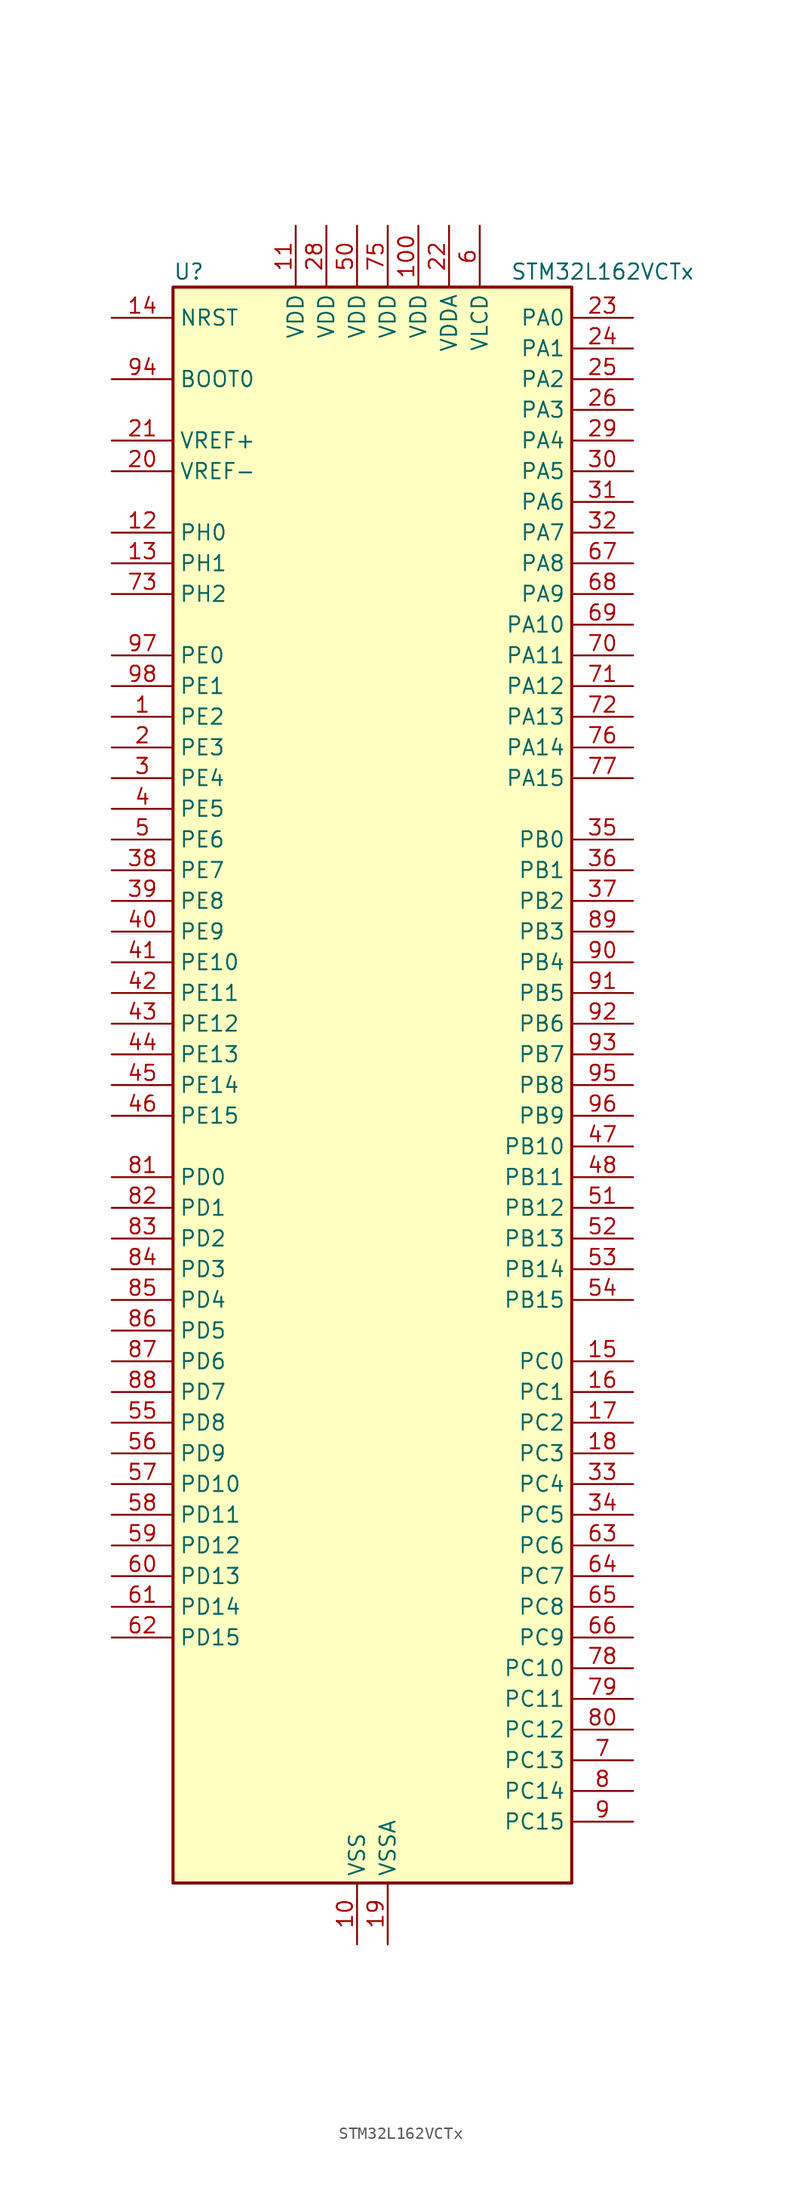
<source format=kicad_sym>
(kicad_symbol_lib
  (version 20220914)
  (generator kicad_symbol_editor)
  (symbol "STM32L162VCTx"
    (property "Reference" "U"
      (at -15.24 67.31 0)
      (effects (font (size 1.27 1.27)) (justify left)))
    (property "Value" "STM32L162VCTx"
      (at 12.7 67.31 0)
      (effects (font (size 1.27 1.27)) (justify left)))
    (property "ki_locked" ""
      (at 0 0 0)
      (effects (font (size 1.27 1.27))))
    (symbol "STM32L162VCTx_0_1"
      (rectangle (start -15.24 -66.04) (end 17.78 66.04) (stroke (width 0.254) (type default)) (fill (type background))))
    (symbol "STM32L162VCTx_1_1"
      (pin bidirectional line (at -20.32 30.48 0) (length 5.08) (name "PE2" (effects (font (size 1.27 1.27)))) (number "1" (effects (font (size 1.27 1.27)))) (alternate "LCD_SEG38" bidirectional line) (alternate "SYS_TRACECK" bidirectional line) (alternate "TIM3_ETR" bidirectional line) (alternate "TIMX_IC3" bidirectional line))
      (pin power_in line (at 0 -71.12 90) (length 5.08) (name "VSS" (effects (font (size 1.27 1.27)))) (number "10" (effects (font (size 1.27 1.27)))))
      (pin power_in line (at 5.08 71.12 270) (length 5.08) (name "VDD" (effects (font (size 1.27 1.27)))) (number "100" (effects (font (size 1.27 1.27)))))
      (pin power_in line (at -5.08 71.12 270) (length 5.08) (name "VDD" (effects (font (size 1.27 1.27)))) (number "11" (effects (font (size 1.27 1.27)))))
      (pin bidirectional line (at -20.32 45.72 0) (length 5.08) (name "PH0" (effects (font (size 1.27 1.27)))) (number "12" (effects (font (size 1.27 1.27)))) (alternate "RCC_OSC_IN" bidirectional line))
      (pin bidirectional line (at -20.32 43.18 0) (length 5.08) (name "PH1" (effects (font (size 1.27 1.27)))) (number "13" (effects (font (size 1.27 1.27)))) (alternate "RCC_OSC_OUT" bidirectional line))
      (pin input line (at -20.32 63.5 0) (length 5.08) (name "NRST" (effects (font (size 1.27 1.27)))) (number "14" (effects (font (size 1.27 1.27)))))
      (pin bidirectional line (at 22.86 -22.86 180) (length 5.08) (name "PC0" (effects (font (size 1.27 1.27)))) (number "15" (effects (font (size 1.27 1.27)))) (alternate "ADC_IN10" bidirectional line) (alternate "COMP1_INP" bidirectional line) (alternate "LCD_SEG18" bidirectional line) (alternate "TIMX_IC1" bidirectional line) (alternate "TS_G8_IO1" bidirectional line))
      (pin bidirectional line (at 22.86 -25.4 180) (length 5.08) (name "PC1" (effects (font (size 1.27 1.27)))) (number "16" (effects (font (size 1.27 1.27)))) (alternate "ADC_IN11" bidirectional line) (alternate "COMP1_INP" bidirectional line) (alternate "LCD_SEG19" bidirectional line) (alternate "TIMX_IC2" bidirectional line) (alternate "TS_G8_IO2" bidirectional line))
      (pin bidirectional line (at 22.86 -27.94 180) (length 5.08) (name "PC2" (effects (font (size 1.27 1.27)))) (number "17" (effects (font (size 1.27 1.27)))) (alternate "ADC_IN12" bidirectional line) (alternate "COMP1_INP" bidirectional line) (alternate "LCD_SEG20" bidirectional line) (alternate "TIMX_IC3" bidirectional line) (alternate "TS_G8_IO3" bidirectional line))
      (pin bidirectional line (at 22.86 -30.48 180) (length 5.08) (name "PC3" (effects (font (size 1.27 1.27)))) (number "18" (effects (font (size 1.27 1.27)))) (alternate "ADC_IN13" bidirectional line) (alternate "COMP1_INP" bidirectional line) (alternate "LCD_SEG21" bidirectional line) (alternate "TIMX_IC4" bidirectional line) (alternate "TS_G8_IO4" bidirectional line))
      (pin power_in line (at 2.54 -71.12 90) (length 5.08) (name "VSSA" (effects (font (size 1.27 1.27)))) (number "19" (effects (font (size 1.27 1.27)))))
      (pin bidirectional line (at -20.32 27.94 0) (length 5.08) (name "PE3" (effects (font (size 1.27 1.27)))) (number "2" (effects (font (size 1.27 1.27)))) (alternate "LCD_SEG39" bidirectional line) (alternate "SYS_TRACED0" bidirectional line) (alternate "TIM3_CH1" bidirectional line) (alternate "TIMX_IC4" bidirectional line))
      (pin input line (at -20.32 50.8 0) (length 5.08) (name "VREF-" (effects (font (size 1.27 1.27)))) (number "20" (effects (font (size 1.27 1.27)))))
      (pin input line (at -20.32 53.34 0) (length 5.08) (name "VREF+" (effects (font (size 1.27 1.27)))) (number "21" (effects (font (size 1.27 1.27)))))
      (pin power_in line (at 7.62 71.12 270) (length 5.08) (name "VDDA" (effects (font (size 1.27 1.27)))) (number "22" (effects (font (size 1.27 1.27)))))
      (pin bidirectional line (at 22.86 63.5 180) (length 5.08) (name "PA0" (effects (font (size 1.27 1.27)))) (number "23" (effects (font (size 1.27 1.27)))) (alternate "ADC_IN0" bidirectional line) (alternate "COMP1_INP" bidirectional line) (alternate "RTC_TAMP2" bidirectional line) (alternate "SYS_WKUP1" bidirectional line) (alternate "TIM2_CH1" bidirectional line) (alternate "TIM2_ETR" bidirectional line) (alternate "TIM5_CH1" bidirectional line) (alternate "TIMX_IC1" bidirectional line) (alternate "TS_G1_IO1" bidirectional line) (alternate "USART2_CTS" bidirectional line))
      (pin bidirectional line (at 22.86 60.96 180) (length 5.08) (name "PA1" (effects (font (size 1.27 1.27)))) (number "24" (effects (font (size 1.27 1.27)))) (alternate "ADC_IN1" bidirectional line) (alternate "COMP1_INP" bidirectional line) (alternate "LCD_SEG0" bidirectional line) (alternate "OPAMP1_VINP" bidirectional line) (alternate "TIM2_CH2" bidirectional line) (alternate "TIM5_CH2" bidirectional line) (alternate "TIMX_IC2" bidirectional line) (alternate "TS_G1_IO2" bidirectional line) (alternate "USART2_RTS" bidirectional line))
      (pin bidirectional line (at 22.86 58.42 180) (length 5.08) (name "PA2" (effects (font (size 1.27 1.27)))) (number "25" (effects (font (size 1.27 1.27)))) (alternate "ADC_IN2" bidirectional line) (alternate "COMP1_INP" bidirectional line) (alternate "LCD_SEG1" bidirectional line) (alternate "OPAMP1_VINM" bidirectional line) (alternate "TIM2_CH3" bidirectional line) (alternate "TIM5_CH3" bidirectional line) (alternate "TIM9_CH1" bidirectional line) (alternate "TIMX_IC3" bidirectional line) (alternate "TS_G1_IO3" bidirectional line) (alternate "USART2_TX" bidirectional line))
      (pin bidirectional line (at 22.86 55.88 180) (length 5.08) (name "PA3" (effects (font (size 1.27 1.27)))) (number "26" (effects (font (size 1.27 1.27)))) (alternate "ADC_IN3" bidirectional line) (alternate "COMP1_INP" bidirectional line) (alternate "LCD_SEG2" bidirectional line) (alternate "OPAMP1_VOUT" bidirectional line) (alternate "TIM2_CH4" bidirectional line) (alternate "TIM5_CH4" bidirectional line) (alternate "TIM9_CH2" bidirectional line) (alternate "TIMX_IC4" bidirectional line) (alternate "TS_G1_IO4" bidirectional line) (alternate "USART2_RX" bidirectional line))
      (pin passive line (at 0 -71.12 90) (length 5.08) hide (name "VSS" (effects (font (size 1.27 1.27)))) (number "27" (effects (font (size 1.27 1.27)))))
      (pin power_in line (at -2.54 71.12 270) (length 5.08) (name "VDD" (effects (font (size 1.27 1.27)))) (number "28" (effects (font (size 1.27 1.27)))))
      (pin bidirectional line (at 22.86 53.34 180) (length 5.08) (name "PA4" (effects (font (size 1.27 1.27)))) (number "29" (effects (font (size 1.27 1.27)))) (alternate "ADC_IN4" bidirectional line) (alternate "COMP1_INP" bidirectional line) (alternate "DAC_OUT1" bidirectional line) (alternate "I2S3_WS" bidirectional line) (alternate "SPI1_NSS" bidirectional line) (alternate "SPI3_NSS" bidirectional line) (alternate "TIMX_IC1" bidirectional line) (alternate "USART2_CK" bidirectional line))
      (pin bidirectional line (at -20.32 25.4 0) (length 5.08) (name "PE4" (effects (font (size 1.27 1.27)))) (number "3" (effects (font (size 1.27 1.27)))) (alternate "SYS_TRACED1" bidirectional line) (alternate "TIM3_CH2" bidirectional line) (alternate "TIMX_IC1" bidirectional line))
      (pin bidirectional line (at 22.86 50.8 180) (length 5.08) (name "PA5" (effects (font (size 1.27 1.27)))) (number "30" (effects (font (size 1.27 1.27)))) (alternate "ADC_IN5" bidirectional line) (alternate "COMP1_INP" bidirectional line) (alternate "DAC_OUT2" bidirectional line) (alternate "SPI1_SCK" bidirectional line) (alternate "TIM2_CH1" bidirectional line) (alternate "TIM2_ETR" bidirectional line) (alternate "TIMX_IC2" bidirectional line))
      (pin bidirectional line (at 22.86 48.26 180) (length 5.08) (name "PA6" (effects (font (size 1.27 1.27)))) (number "31" (effects (font (size 1.27 1.27)))) (alternate "ADC_IN6" bidirectional line) (alternate "COMP1_INP" bidirectional line) (alternate "LCD_SEG3" bidirectional line) (alternate "OPAMP2_VINP" bidirectional line) (alternate "SPI1_MISO" bidirectional line) (alternate "TIM10_CH1" bidirectional line) (alternate "TIM3_CH1" bidirectional line) (alternate "TIMX_IC3" bidirectional line) (alternate "TS_G2_IO1" bidirectional line))
      (pin bidirectional line (at 22.86 45.72 180) (length 5.08) (name "PA7" (effects (font (size 1.27 1.27)))) (number "32" (effects (font (size 1.27 1.27)))) (alternate "ADC_IN7" bidirectional line) (alternate "COMP1_INP" bidirectional line) (alternate "LCD_SEG4" bidirectional line) (alternate "OPAMP2_VINM" bidirectional line) (alternate "SPI1_MOSI" bidirectional line) (alternate "TIM11_CH1" bidirectional line) (alternate "TIM3_CH2" bidirectional line) (alternate "TIMX_IC4" bidirectional line) (alternate "TS_G2_IO2" bidirectional line))
      (pin bidirectional line (at 22.86 -33.02 180) (length 5.08) (name "PC4" (effects (font (size 1.27 1.27)))) (number "33" (effects (font (size 1.27 1.27)))) (alternate "ADC_IN14" bidirectional line) (alternate "COMP1_INP" bidirectional line) (alternate "LCD_SEG22" bidirectional line) (alternate "TIMX_IC1" bidirectional line) (alternate "TS_G9_IO1" bidirectional line))
      (pin bidirectional line (at 22.86 -35.56 180) (length 5.08) (name "PC5" (effects (font (size 1.27 1.27)))) (number "34" (effects (font (size 1.27 1.27)))) (alternate "ADC_IN15" bidirectional line) (alternate "COMP1_INP" bidirectional line) (alternate "LCD_SEG23" bidirectional line) (alternate "TIMX_IC2" bidirectional line) (alternate "TS_G9_IO2" bidirectional line))
      (pin bidirectional line (at 22.86 20.32 180) (length 5.08) (name "PB0" (effects (font (size 1.27 1.27)))) (number "35" (effects (font (size 1.27 1.27)))) (alternate "ADC_IN8" bidirectional line) (alternate "COMP1_INP" bidirectional line) (alternate "LCD_SEG5" bidirectional line) (alternate "OPAMP2_VOUT" bidirectional line) (alternate "SYS_V_REF_OUT" bidirectional line) (alternate "TIM3_CH3" bidirectional line) (alternate "TS_G3_IO1" bidirectional line))
      (pin bidirectional line (at 22.86 17.78 180) (length 5.08) (name "PB1" (effects (font (size 1.27 1.27)))) (number "36" (effects (font (size 1.27 1.27)))) (alternate "ADC_IN9" bidirectional line) (alternate "COMP1_INP" bidirectional line) (alternate "LCD_SEG6" bidirectional line) (alternate "SYS_V_REF_OUT" bidirectional line) (alternate "TIM3_CH4" bidirectional line) (alternate "TS_G3_IO2" bidirectional line))
      (pin bidirectional line (at 22.86 15.24 180) (length 5.08) (name "PB2" (effects (font (size 1.27 1.27)))) (number "37" (effects (font (size 1.27 1.27)))) (alternate "TS_G3_IO3" bidirectional line))
      (pin bidirectional line (at -20.32 17.78 0) (length 5.08) (name "PE7" (effects (font (size 1.27 1.27)))) (number "38" (effects (font (size 1.27 1.27)))) (alternate "ADC_IN22" bidirectional line) (alternate "COMP1_INP" bidirectional line) (alternate "TIMX_IC4" bidirectional line))
      (pin bidirectional line (at -20.32 15.24 0) (length 5.08) (name "PE8" (effects (font (size 1.27 1.27)))) (number "39" (effects (font (size 1.27 1.27)))) (alternate "ADC_IN23" bidirectional line) (alternate "COMP1_INP" bidirectional line) (alternate "TIMX_IC1" bidirectional line))
      (pin bidirectional line (at -20.32 22.86 0) (length 5.08) (name "PE5" (effects (font (size 1.27 1.27)))) (number "4" (effects (font (size 1.27 1.27)))) (alternate "SYS_TRACED2" bidirectional line) (alternate "TIM9_CH1" bidirectional line) (alternate "TIMX_IC2" bidirectional line))
      (pin bidirectional line (at -20.32 12.7 0) (length 5.08) (name "PE9" (effects (font (size 1.27 1.27)))) (number "40" (effects (font (size 1.27 1.27)))) (alternate "ADC_IN24" bidirectional line) (alternate "COMP1_INP" bidirectional line) (alternate "DAC_EXTI9" bidirectional line) (alternate "TIM2_CH1" bidirectional line) (alternate "TIM2_ETR" bidirectional line) (alternate "TIM5_ETR" bidirectional line) (alternate "TIMX_IC2" bidirectional line))
      (pin bidirectional line (at -20.32 10.16 0) (length 5.08) (name "PE10" (effects (font (size 1.27 1.27)))) (number "41" (effects (font (size 1.27 1.27)))) (alternate "ADC_IN25" bidirectional line) (alternate "COMP1_INP" bidirectional line) (alternate "TIM2_CH2" bidirectional line) (alternate "TIMX_IC3" bidirectional line))
      (pin bidirectional line (at -20.32 7.62 0) (length 5.08) (name "PE11" (effects (font (size 1.27 1.27)))) (number "42" (effects (font (size 1.27 1.27)))) (alternate "ADC_EXTI11" bidirectional line) (alternate "TIM2_CH3" bidirectional line) (alternate "TIMX_IC4" bidirectional line))
      (pin bidirectional line (at -20.32 5.08 0) (length 5.08) (name "PE12" (effects (font (size 1.27 1.27)))) (number "43" (effects (font (size 1.27 1.27)))) (alternate "SPI1_NSS" bidirectional line) (alternate "TIM2_CH4" bidirectional line) (alternate "TIMX_IC1" bidirectional line))
      (pin bidirectional line (at -20.32 2.54 0) (length 5.08) (name "PE13" (effects (font (size 1.27 1.27)))) (number "44" (effects (font (size 1.27 1.27)))) (alternate "SPI1_SCK" bidirectional line) (alternate "TIMX_IC2" bidirectional line))
      (pin bidirectional line (at -20.32 0 0) (length 5.08) (name "PE14" (effects (font (size 1.27 1.27)))) (number "45" (effects (font (size 1.27 1.27)))) (alternate "SPI1_MISO" bidirectional line) (alternate "TIMX_IC3" bidirectional line))
      (pin bidirectional line (at -20.32 -2.54 0) (length 5.08) (name "PE15" (effects (font (size 1.27 1.27)))) (number "46" (effects (font (size 1.27 1.27)))) (alternate "ADC_EXTI15" bidirectional line) (alternate "SPI1_MOSI" bidirectional line) (alternate "TIMX_IC4" bidirectional line))
      (pin bidirectional line (at 22.86 -5.08 180) (length 5.08) (name "PB10" (effects (font (size 1.27 1.27)))) (number "47" (effects (font (size 1.27 1.27)))) (alternate "I2C2_SCL" bidirectional line) (alternate "LCD_SEG10" bidirectional line) (alternate "TIM2_CH3" bidirectional line) (alternate "USART3_TX" bidirectional line))
      (pin bidirectional line (at 22.86 -7.62 180) (length 5.08) (name "PB11" (effects (font (size 1.27 1.27)))) (number "48" (effects (font (size 1.27 1.27)))) (alternate "ADC_EXTI11" bidirectional line) (alternate "I2C2_SDA" bidirectional line) (alternate "LCD_SEG11" bidirectional line) (alternate "TIM2_CH4" bidirectional line) (alternate "USART3_RX" bidirectional line))
      (pin passive line (at 0 -71.12 90) (length 5.08) hide (name "VSS" (effects (font (size 1.27 1.27)))) (number "49" (effects (font (size 1.27 1.27)))))
      (pin bidirectional line (at -20.32 20.32 0) (length 5.08) (name "PE6" (effects (font (size 1.27 1.27)))) (number "5" (effects (font (size 1.27 1.27)))) (alternate "RTC_TAMP3" bidirectional line) (alternate "SYS_TRACED3" bidirectional line) (alternate "SYS_WKUP3" bidirectional line) (alternate "TIM9_CH2" bidirectional line) (alternate "TIMX_IC3" bidirectional line))
      (pin power_in line (at 0 71.12 270) (length 5.08) (name "VDD" (effects (font (size 1.27 1.27)))) (number "50" (effects (font (size 1.27 1.27)))))
      (pin bidirectional line (at 22.86 -10.16 180) (length 5.08) (name "PB12" (effects (font (size 1.27 1.27)))) (number "51" (effects (font (size 1.27 1.27)))) (alternate "ADC_IN18" bidirectional line) (alternate "COMP1_INP" bidirectional line) (alternate "I2C2_SMBA" bidirectional line) (alternate "I2S2_WS" bidirectional line) (alternate "LCD_SEG12" bidirectional line) (alternate "SPI2_NSS" bidirectional line) (alternate "TIM10_CH1" bidirectional line) (alternate "TS_G7_IO1" bidirectional line) (alternate "USART3_CK" bidirectional line))
      (pin bidirectional line (at 22.86 -12.7 180) (length 5.08) (name "PB13" (effects (font (size 1.27 1.27)))) (number "52" (effects (font (size 1.27 1.27)))) (alternate "ADC_IN19" bidirectional line) (alternate "COMP1_INP" bidirectional line) (alternate "I2S2_CK" bidirectional line) (alternate "LCD_SEG13" bidirectional line) (alternate "SPI2_SCK" bidirectional line) (alternate "TIM9_CH1" bidirectional line) (alternate "TS_G7_IO2" bidirectional line) (alternate "USART3_CTS" bidirectional line))
      (pin bidirectional line (at 22.86 -15.24 180) (length 5.08) (name "PB14" (effects (font (size 1.27 1.27)))) (number "53" (effects (font (size 1.27 1.27)))) (alternate "ADC_IN20" bidirectional line) (alternate "COMP1_INP" bidirectional line) (alternate "LCD_SEG14" bidirectional line) (alternate "SPI2_MISO" bidirectional line) (alternate "TIM9_CH2" bidirectional line) (alternate "TS_G7_IO3" bidirectional line) (alternate "USART3_RTS" bidirectional line))
      (pin bidirectional line (at 22.86 -17.78 180) (length 5.08) (name "PB15" (effects (font (size 1.27 1.27)))) (number "54" (effects (font (size 1.27 1.27)))) (alternate "ADC_EXTI15" bidirectional line) (alternate "ADC_IN21" bidirectional line) (alternate "COMP1_INP" bidirectional line) (alternate "I2S2_SD" bidirectional line) (alternate "LCD_SEG15" bidirectional line) (alternate "RTC_REFIN" bidirectional line) (alternate "SPI2_MOSI" bidirectional line) (alternate "TIM11_CH1" bidirectional line) (alternate "TS_G7_IO4" bidirectional line))
      (pin bidirectional line (at -20.32 -27.94 0) (length 5.08) (name "PD8" (effects (font (size 1.27 1.27)))) (number "55" (effects (font (size 1.27 1.27)))) (alternate "LCD_SEG28" bidirectional line) (alternate "TIMX_IC1" bidirectional line) (alternate "USART3_TX" bidirectional line))
      (pin bidirectional line (at -20.32 -30.48 0) (length 5.08) (name "PD9" (effects (font (size 1.27 1.27)))) (number "56" (effects (font (size 1.27 1.27)))) (alternate "DAC_EXTI9" bidirectional line) (alternate "LCD_SEG29" bidirectional line) (alternate "TIMX_IC2" bidirectional line) (alternate "USART3_RX" bidirectional line))
      (pin bidirectional line (at -20.32 -33.02 0) (length 5.08) (name "PD10" (effects (font (size 1.27 1.27)))) (number "57" (effects (font (size 1.27 1.27)))) (alternate "LCD_SEG30" bidirectional line) (alternate "TIMX_IC3" bidirectional line) (alternate "USART3_CK" bidirectional line))
      (pin bidirectional line (at -20.32 -35.56 0) (length 5.08) (name "PD11" (effects (font (size 1.27 1.27)))) (number "58" (effects (font (size 1.27 1.27)))) (alternate "ADC_EXTI11" bidirectional line) (alternate "LCD_SEG31" bidirectional line) (alternate "TIMX_IC4" bidirectional line) (alternate "USART3_CTS" bidirectional line))
      (pin bidirectional line (at -20.32 -38.1 0) (length 5.08) (name "PD12" (effects (font (size 1.27 1.27)))) (number "59" (effects (font (size 1.27 1.27)))) (alternate "LCD_SEG32" bidirectional line) (alternate "TIM4_CH1" bidirectional line) (alternate "TIMX_IC1" bidirectional line) (alternate "USART3_RTS" bidirectional line))
      (pin power_in line (at 10.16 71.12 270) (length 5.08) (name "VLCD" (effects (font (size 1.27 1.27)))) (number "6" (effects (font (size 1.27 1.27)))))
      (pin bidirectional line (at -20.32 -40.64 0) (length 5.08) (name "PD13" (effects (font (size 1.27 1.27)))) (number "60" (effects (font (size 1.27 1.27)))) (alternate "LCD_SEG33" bidirectional line) (alternate "TIM4_CH2" bidirectional line) (alternate "TIMX_IC2" bidirectional line))
      (pin bidirectional line (at -20.32 -43.18 0) (length 5.08) (name "PD14" (effects (font (size 1.27 1.27)))) (number "61" (effects (font (size 1.27 1.27)))) (alternate "LCD_SEG34" bidirectional line) (alternate "TIM4_CH3" bidirectional line) (alternate "TIMX_IC3" bidirectional line))
      (pin bidirectional line (at -20.32 -45.72 0) (length 5.08) (name "PD15" (effects (font (size 1.27 1.27)))) (number "62" (effects (font (size 1.27 1.27)))) (alternate "ADC_EXTI15" bidirectional line) (alternate "LCD_SEG35" bidirectional line) (alternate "TIM4_CH4" bidirectional line) (alternate "TIMX_IC4" bidirectional line))
      (pin bidirectional line (at 22.86 -38.1 180) (length 5.08) (name "PC6" (effects (font (size 1.27 1.27)))) (number "63" (effects (font (size 1.27 1.27)))) (alternate "I2S2_MCK" bidirectional line) (alternate "LCD_SEG24" bidirectional line) (alternate "TIM3_CH1" bidirectional line) (alternate "TIMX_IC3" bidirectional line) (alternate "TS_G10_IO1" bidirectional line))
      (pin bidirectional line (at 22.86 -40.64 180) (length 5.08) (name "PC7" (effects (font (size 1.27 1.27)))) (number "64" (effects (font (size 1.27 1.27)))) (alternate "I2S3_MCK" bidirectional line) (alternate "LCD_SEG25" bidirectional line) (alternate "TIM3_CH2" bidirectional line) (alternate "TIMX_IC4" bidirectional line) (alternate "TS_G10_IO2" bidirectional line))
      (pin bidirectional line (at 22.86 -43.18 180) (length 5.08) (name "PC8" (effects (font (size 1.27 1.27)))) (number "65" (effects (font (size 1.27 1.27)))) (alternate "LCD_SEG26" bidirectional line) (alternate "TIM3_CH3" bidirectional line) (alternate "TIMX_IC1" bidirectional line) (alternate "TS_G10_IO3" bidirectional line))
      (pin bidirectional line (at 22.86 -45.72 180) (length 5.08) (name "PC9" (effects (font (size 1.27 1.27)))) (number "66" (effects (font (size 1.27 1.27)))) (alternate "DAC_EXTI9" bidirectional line) (alternate "LCD_SEG27" bidirectional line) (alternate "TIM3_CH4" bidirectional line) (alternate "TIMX_IC2" bidirectional line) (alternate "TS_G10_IO4" bidirectional line))
      (pin bidirectional line (at 22.86 43.18 180) (length 5.08) (name "PA8" (effects (font (size 1.27 1.27)))) (number "67" (effects (font (size 1.27 1.27)))) (alternate "LCD_COM0" bidirectional line) (alternate "RCC_MCO" bidirectional line) (alternate "TIMX_IC1" bidirectional line) (alternate "TS_G4_IO1" bidirectional line) (alternate "USART1_CK" bidirectional line))
      (pin bidirectional line (at 22.86 40.64 180) (length 5.08) (name "PA9" (effects (font (size 1.27 1.27)))) (number "68" (effects (font (size 1.27 1.27)))) (alternate "DAC_EXTI9" bidirectional line) (alternate "LCD_COM1" bidirectional line) (alternate "TIMX_IC2" bidirectional line) (alternate "TS_G4_IO2" bidirectional line) (alternate "USART1_TX" bidirectional line))
      (pin bidirectional line (at 22.86 38.1 180) (length 5.08) (name "PA10" (effects (font (size 1.27 1.27)))) (number "69" (effects (font (size 1.27 1.27)))) (alternate "LCD_COM2" bidirectional line) (alternate "TIMX_IC3" bidirectional line) (alternate "TS_G4_IO3" bidirectional line) (alternate "USART1_RX" bidirectional line))
      (pin bidirectional line (at 22.86 -55.88 180) (length 5.08) (name "PC13" (effects (font (size 1.27 1.27)))) (number "7" (effects (font (size 1.27 1.27)))) (alternate "RTC_OUT_ALARM" bidirectional line) (alternate "RTC_OUT_CALIB" bidirectional line) (alternate "RTC_TAMP1" bidirectional line) (alternate "RTC_TS" bidirectional line) (alternate "SYS_WKUP2" bidirectional line) (alternate "TIMX_IC2" bidirectional line))
      (pin bidirectional line (at 22.86 35.56 180) (length 5.08) (name "PA11" (effects (font (size 1.27 1.27)))) (number "70" (effects (font (size 1.27 1.27)))) (alternate "ADC_EXTI11" bidirectional line) (alternate "SPI1_MISO" bidirectional line) (alternate "TIMX_IC4" bidirectional line) (alternate "USART1_CTS" bidirectional line) (alternate "USB_DM" bidirectional line))
      (pin bidirectional line (at 22.86 33.02 180) (length 5.08) (name "PA12" (effects (font (size 1.27 1.27)))) (number "71" (effects (font (size 1.27 1.27)))) (alternate "SPI1_MOSI" bidirectional line) (alternate "TIMX_IC1" bidirectional line) (alternate "USART1_RTS" bidirectional line) (alternate "USB_DP" bidirectional line))
      (pin bidirectional line (at 22.86 30.48 180) (length 5.08) (name "PA13" (effects (font (size 1.27 1.27)))) (number "72" (effects (font (size 1.27 1.27)))) (alternate "SYS_JTMS-SWDIO" bidirectional line) (alternate "TIMX_IC2" bidirectional line) (alternate "TS_G5_IO1" bidirectional line))
      (pin bidirectional line (at -20.32 40.64 0) (length 5.08) (name "PH2" (effects (font (size 1.27 1.27)))) (number "73" (effects (font (size 1.27 1.27)))))
      (pin passive line (at 0 -71.12 90) (length 5.08) hide (name "VSS" (effects (font (size 1.27 1.27)))) (number "74" (effects (font (size 1.27 1.27)))))
      (pin power_in line (at 2.54 71.12 270) (length 5.08) (name "VDD" (effects (font (size 1.27 1.27)))) (number "75" (effects (font (size 1.27 1.27)))))
      (pin bidirectional line (at 22.86 27.94 180) (length 5.08) (name "PA14" (effects (font (size 1.27 1.27)))) (number "76" (effects (font (size 1.27 1.27)))) (alternate "SYS_JTCK-SWCLK" bidirectional line) (alternate "TIMX_IC3" bidirectional line) (alternate "TS_G5_IO2" bidirectional line))
      (pin bidirectional line (at 22.86 25.4 180) (length 5.08) (name "PA15" (effects (font (size 1.27 1.27)))) (number "77" (effects (font (size 1.27 1.27)))) (alternate "ADC_EXTI15" bidirectional line) (alternate "I2S3_WS" bidirectional line) (alternate "LCD_SEG17" bidirectional line) (alternate "SPI1_NSS" bidirectional line) (alternate "SPI3_NSS" bidirectional line) (alternate "SYS_JTDI" bidirectional line) (alternate "TIM2_CH1" bidirectional line) (alternate "TIM2_ETR" bidirectional line) (alternate "TIMX_IC4" bidirectional line) (alternate "TS_G5_IO3" bidirectional line))
      (pin bidirectional line (at 22.86 -48.26 180) (length 5.08) (name "PC10" (effects (font (size 1.27 1.27)))) (number "78" (effects (font (size 1.27 1.27)))) (alternate "I2S3_CK" bidirectional line) (alternate "LCD_COM4" bidirectional line) (alternate "LCD_SEG28" bidirectional line) (alternate "LCD_SEG40" bidirectional line) (alternate "SPI3_SCK" bidirectional line) (alternate "TIMX_IC3" bidirectional line) (alternate "USART3_TX" bidirectional line))
      (pin bidirectional line (at 22.86 -50.8 180) (length 5.08) (name "PC11" (effects (font (size 1.27 1.27)))) (number "79" (effects (font (size 1.27 1.27)))) (alternate "ADC_EXTI11" bidirectional line) (alternate "LCD_COM5" bidirectional line) (alternate "LCD_SEG29" bidirectional line) (alternate "LCD_SEG41" bidirectional line) (alternate "SPI3_MISO" bidirectional line) (alternate "TIMX_IC4" bidirectional line) (alternate "USART3_RX" bidirectional line))
      (pin bidirectional line (at 22.86 -58.42 180) (length 5.08) (name "PC14" (effects (font (size 1.27 1.27)))) (number "8" (effects (font (size 1.27 1.27)))) (alternate "RCC_OSC32_IN" bidirectional line) (alternate "TIMX_IC3" bidirectional line))
      (pin bidirectional line (at 22.86 -53.34 180) (length 5.08) (name "PC12" (effects (font (size 1.27 1.27)))) (number "80" (effects (font (size 1.27 1.27)))) (alternate "I2S3_SD" bidirectional line) (alternate "LCD_COM6" bidirectional line) (alternate "LCD_SEG30" bidirectional line) (alternate "LCD_SEG42" bidirectional line) (alternate "SPI3_MOSI" bidirectional line) (alternate "TIMX_IC1" bidirectional line) (alternate "USART3_CK" bidirectional line))
      (pin bidirectional line (at -20.32 -7.62 0) (length 5.08) (name "PD0" (effects (font (size 1.27 1.27)))) (number "81" (effects (font (size 1.27 1.27)))) (alternate "I2S2_WS" bidirectional line) (alternate "SPI2_NSS" bidirectional line) (alternate "TIM9_CH1" bidirectional line) (alternate "TIMX_IC1" bidirectional line))
      (pin bidirectional line (at -20.32 -10.16 0) (length 5.08) (name "PD1" (effects (font (size 1.27 1.27)))) (number "82" (effects (font (size 1.27 1.27)))) (alternate "I2S2_CK" bidirectional line) (alternate "SPI2_SCK" bidirectional line) (alternate "TIMX_IC2" bidirectional line))
      (pin bidirectional line (at -20.32 -12.7 0) (length 5.08) (name "PD2" (effects (font (size 1.27 1.27)))) (number "83" (effects (font (size 1.27 1.27)))) (alternate "LCD_COM7" bidirectional line) (alternate "LCD_SEG31" bidirectional line) (alternate "LCD_SEG43" bidirectional line) (alternate "TIM3_ETR" bidirectional line) (alternate "TIMX_IC3" bidirectional line))
      (pin bidirectional line (at -20.32 -15.24 0) (length 5.08) (name "PD3" (effects (font (size 1.27 1.27)))) (number "84" (effects (font (size 1.27 1.27)))) (alternate "SPI2_MISO" bidirectional line) (alternate "TIMX_IC4" bidirectional line) (alternate "USART2_CTS" bidirectional line))
      (pin bidirectional line (at -20.32 -17.78 0) (length 5.08) (name "PD4" (effects (font (size 1.27 1.27)))) (number "85" (effects (font (size 1.27 1.27)))) (alternate "I2S2_SD" bidirectional line) (alternate "SPI2_MOSI" bidirectional line) (alternate "TIMX_IC1" bidirectional line) (alternate "USART2_RTS" bidirectional line))
      (pin bidirectional line (at -20.32 -20.32 0) (length 5.08) (name "PD5" (effects (font (size 1.27 1.27)))) (number "86" (effects (font (size 1.27 1.27)))) (alternate "TIMX_IC2" bidirectional line) (alternate "USART2_TX" bidirectional line))
      (pin bidirectional line (at -20.32 -22.86 0) (length 5.08) (name "PD6" (effects (font (size 1.27 1.27)))) (number "87" (effects (font (size 1.27 1.27)))) (alternate "TIMX_IC3" bidirectional line) (alternate "USART2_RX" bidirectional line))
      (pin bidirectional line (at -20.32 -25.4 0) (length 5.08) (name "PD7" (effects (font (size 1.27 1.27)))) (number "88" (effects (font (size 1.27 1.27)))) (alternate "TIM9_CH2" bidirectional line) (alternate "TIMX_IC4" bidirectional line) (alternate "USART2_CK" bidirectional line))
      (pin bidirectional line (at 22.86 12.7 180) (length 5.08) (name "PB3" (effects (font (size 1.27 1.27)))) (number "89" (effects (font (size 1.27 1.27)))) (alternate "COMP2_INM" bidirectional line) (alternate "I2S3_CK" bidirectional line) (alternate "LCD_SEG7" bidirectional line) (alternate "SPI1_SCK" bidirectional line) (alternate "SPI3_SCK" bidirectional line) (alternate "SYS_JTDO-TRACESWO" bidirectional line) (alternate "TIM2_CH2" bidirectional line))
      (pin bidirectional line (at 22.86 -60.96 180) (length 5.08) (name "PC15" (effects (font (size 1.27 1.27)))) (number "9" (effects (font (size 1.27 1.27)))) (alternate "ADC_EXTI15" bidirectional line) (alternate "RCC_OSC32_OUT" bidirectional line) (alternate "TIMX_IC4" bidirectional line))
      (pin bidirectional line (at 22.86 10.16 180) (length 5.08) (name "PB4" (effects (font (size 1.27 1.27)))) (number "90" (effects (font (size 1.27 1.27)))) (alternate "COMP2_INP" bidirectional line) (alternate "LCD_SEG8" bidirectional line) (alternate "SPI1_MISO" bidirectional line) (alternate "SPI3_MISO" bidirectional line) (alternate "SYS_JTRST" bidirectional line) (alternate "TIM3_CH1" bidirectional line) (alternate "TS_G6_IO1" bidirectional line))
      (pin bidirectional line (at 22.86 7.62 180) (length 5.08) (name "PB5" (effects (font (size 1.27 1.27)))) (number "91" (effects (font (size 1.27 1.27)))) (alternate "COMP2_INP" bidirectional line) (alternate "I2C1_SMBA" bidirectional line) (alternate "I2S3_SD" bidirectional line) (alternate "LCD_SEG9" bidirectional line) (alternate "SPI1_MOSI" bidirectional line) (alternate "SPI3_MOSI" bidirectional line) (alternate "TIM3_CH2" bidirectional line) (alternate "TS_G6_IO2" bidirectional line))
      (pin bidirectional line (at 22.86 5.08 180) (length 5.08) (name "PB6" (effects (font (size 1.27 1.27)))) (number "92" (effects (font (size 1.27 1.27)))) (alternate "COMP2_INP" bidirectional line) (alternate "I2C1_SCL" bidirectional line) (alternate "TIM4_CH1" bidirectional line) (alternate "TS_G6_IO3" bidirectional line) (alternate "USART1_TX" bidirectional line))
      (pin bidirectional line (at 22.86 2.54 180) (length 5.08) (name "PB7" (effects (font (size 1.27 1.27)))) (number "93" (effects (font (size 1.27 1.27)))) (alternate "COMP2_INP" bidirectional line) (alternate "I2C1_SDA" bidirectional line) (alternate "SYS_PVD_IN" bidirectional line) (alternate "TIM4_CH2" bidirectional line) (alternate "TS_G6_IO4" bidirectional line) (alternate "USART1_RX" bidirectional line))
      (pin input line (at -20.32 58.42 0) (length 5.08) (name "BOOT0" (effects (font (size 1.27 1.27)))) (number "94" (effects (font (size 1.27 1.27)))))
      (pin bidirectional line (at 22.86 0 180) (length 5.08) (name "PB8" (effects (font (size 1.27 1.27)))) (number "95" (effects (font (size 1.27 1.27)))) (alternate "I2C1_SCL" bidirectional line) (alternate "LCD_SEG16" bidirectional line) (alternate "TIM10_CH1" bidirectional line) (alternate "TIM4_CH3" bidirectional line))
      (pin bidirectional line (at 22.86 -2.54 180) (length 5.08) (name "PB9" (effects (font (size 1.27 1.27)))) (number "96" (effects (font (size 1.27 1.27)))) (alternate "DAC_EXTI9" bidirectional line) (alternate "I2C1_SDA" bidirectional line) (alternate "LCD_COM3" bidirectional line) (alternate "TIM11_CH1" bidirectional line) (alternate "TIM4_CH4" bidirectional line))
      (pin bidirectional line (at -20.32 35.56 0) (length 5.08) (name "PE0" (effects (font (size 1.27 1.27)))) (number "97" (effects (font (size 1.27 1.27)))) (alternate "LCD_SEG36" bidirectional line) (alternate "TIM10_CH1" bidirectional line) (alternate "TIM4_ETR" bidirectional line) (alternate "TIMX_IC1" bidirectional line))
      (pin bidirectional line (at -20.32 33.02 0) (length 5.08) (name "PE1" (effects (font (size 1.27 1.27)))) (number "98" (effects (font (size 1.27 1.27)))) (alternate "LCD_SEG37" bidirectional line) (alternate "TIM11_CH1" bidirectional line) (alternate "TIMX_IC2" bidirectional line))
      (pin passive line (at 0 -71.12 90) (length 5.08) hide (name "VSS" (effects (font (size 1.27 1.27)))) (number "99" (effects (font (size 1.27 1.27))))))))
</source>
